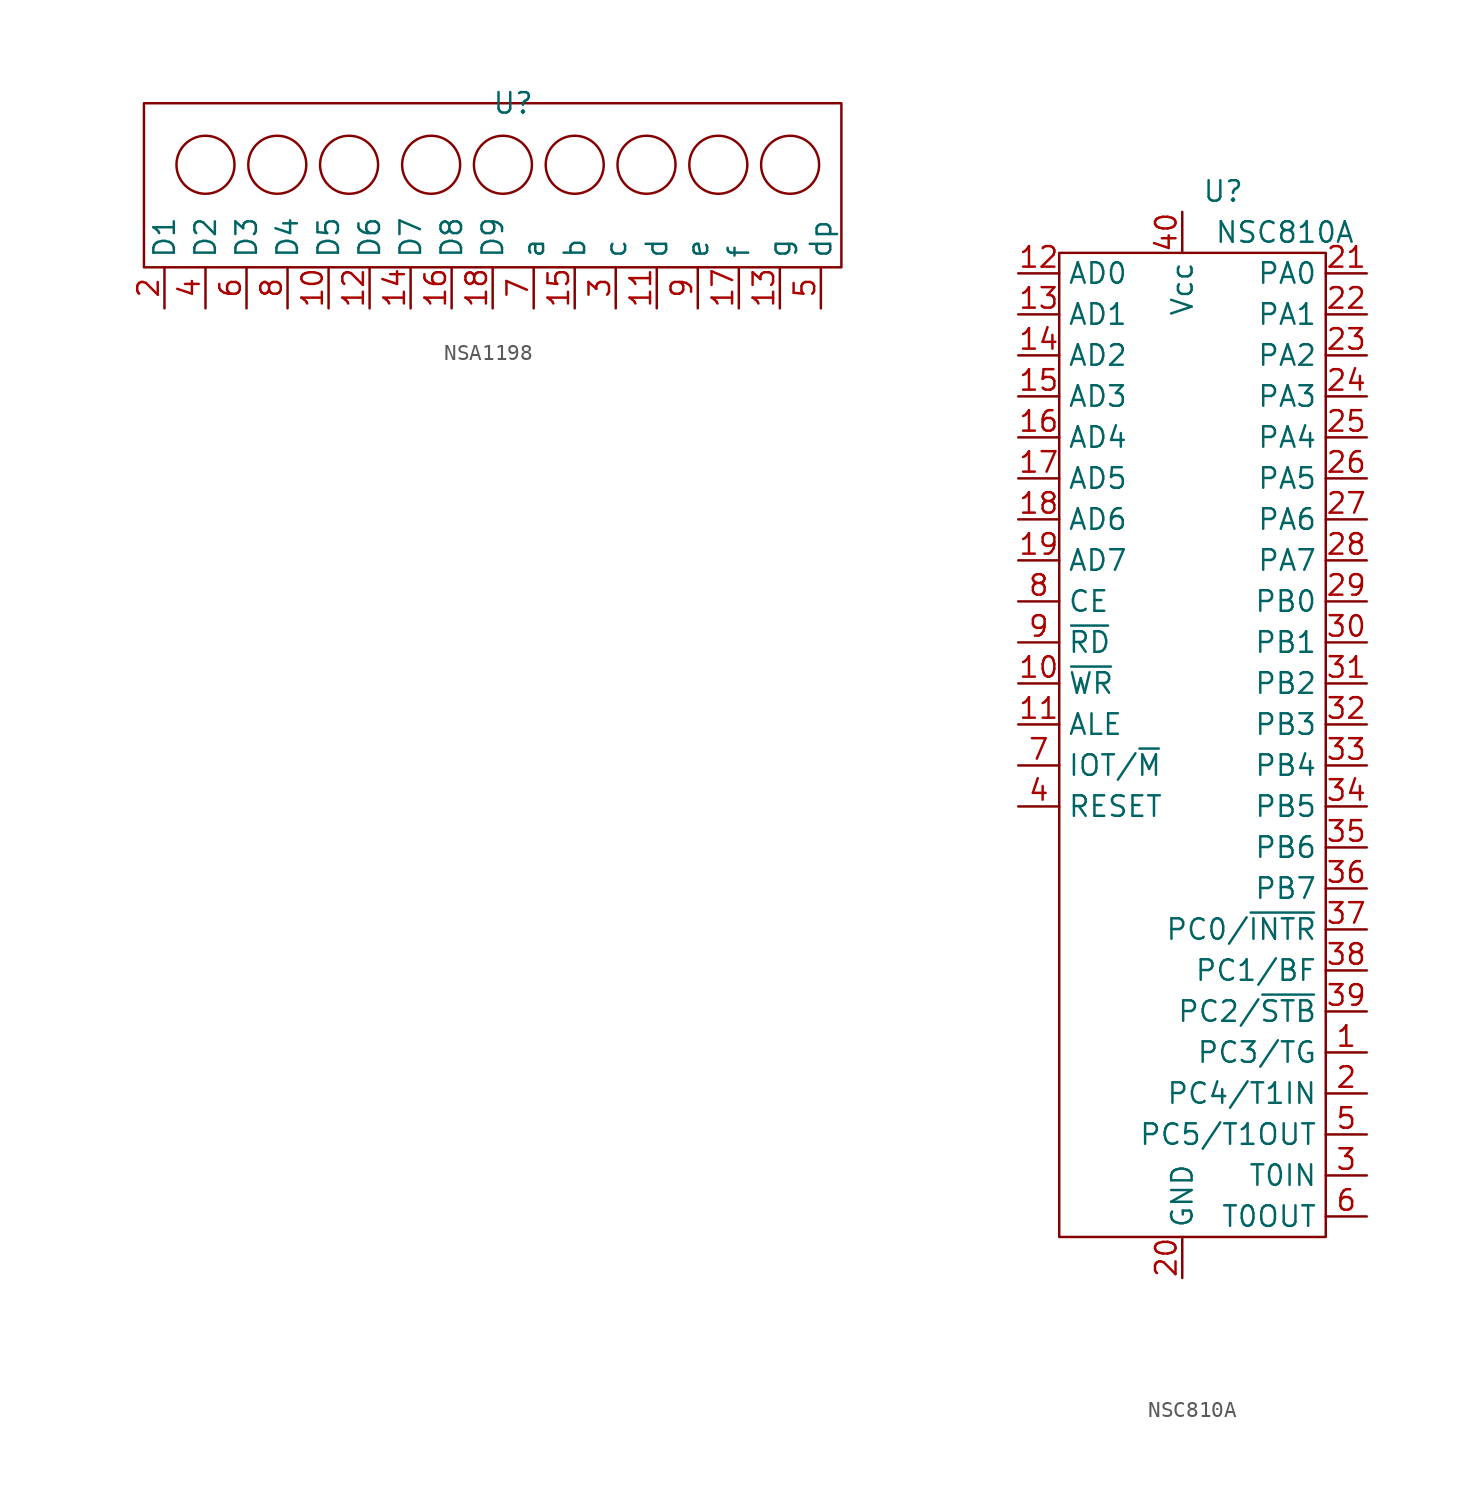
<source format=kicad_sym>
(kicad_symbol_lib
  (version 20231120)
  (generator "kicad_symbol_editor")
  (generator_version "8.0")
  (symbol "NSA1198"
    (property "Reference" "U"
      (at 0 0 0)
      (effects (font (size 1.27 1.27))))
    (property "Value" ""
      (at 0 0 0)
      (effects (font (size 1.27 1.27))))
    (symbol "NSA1198_0_1"
      (rectangle (start -22.86 0) (end 20.32 -10.16) (stroke (width 0) (type default)) (fill (type none)))
      (circle (center -19.05 -3.81) (radius 1.796) (stroke (width 0) (type default)) (fill (type none)))
      (circle (center -14.605 -3.81) (radius 1.796) (stroke (width 0) (type default)) (fill (type none)))
      (circle (center -10.16 -3.81) (radius 1.796) (stroke (width 0) (type default)) (fill (type none)))
      (circle (center -5.08 -3.81) (radius 1.796) (stroke (width 0) (type default)) (fill (type none)))
      (circle (center -0.635 -3.81) (radius 1.796) (stroke (width 0) (type default)) (fill (type none)))
      (circle (center 3.81 -3.81) (radius 1.796) (stroke (width 0) (type default)) (fill (type none)))
      (circle (center 8.255 -3.81) (radius 1.796) (stroke (width 0) (type default)) (fill (type none)))
      (circle (center 12.7 -3.81) (radius 1.796) (stroke (width 0) (type default)) (fill (type none)))
      (circle (center 17.145 -3.81) (radius 1.796) (stroke (width 0) (type default)) (fill (type none))))
    (symbol "NSA1198_1_1"
      (pin input line (at -11.43 -12.7 90) (length 2.54) (name "D5" (effects (font (size 1.27 1.27)))) (number "10" (effects (font (size 1.27 1.27)))))
      (pin input line (at 8.89 -12.7 90) (length 2.54) (name "d" (effects (font (size 1.27 1.27)))) (number "11" (effects (font (size 1.27 1.27)))))
      (pin input line (at -8.89 -12.7 90) (length 2.54) (name "D6" (effects (font (size 1.27 1.27)))) (number "12" (effects (font (size 1.27 1.27)))))
      (pin input line (at 16.51 -12.7 90) (length 2.54) (name "g" (effects (font (size 1.27 1.27)))) (number "13" (effects (font (size 1.27 1.27)))))
      (pin input line (at -6.35 -12.7 90) (length 2.54) (name "D7" (effects (font (size 1.27 1.27)))) (number "14" (effects (font (size 1.27 1.27)))))
      (pin input line (at 3.81 -12.7 90) (length 2.54) (name "b" (effects (font (size 1.27 1.27)))) (number "15" (effects (font (size 1.27 1.27)))))
      (pin input line (at -3.81 -12.7 90) (length 2.54) (name "D8" (effects (font (size 1.27 1.27)))) (number "16" (effects (font (size 1.27 1.27)))))
      (pin input line (at 13.97 -12.7 90) (length 2.54) (name "f" (effects (font (size 1.27 1.27)))) (number "17" (effects (font (size 1.27 1.27)))))
      (pin input line (at -1.27 -12.7 90) (length 2.54) (name "D9" (effects (font (size 1.27 1.27)))) (number "18" (effects (font (size 1.27 1.27)))))
      (pin input line (at -21.59 -12.7 90) (length 2.54) (name "D1" (effects (font (size 1.27 1.27)))) (number "2" (effects (font (size 1.27 1.27)))))
      (pin input line (at 6.35 -12.7 90) (length 2.54) (name "c" (effects (font (size 1.27 1.27)))) (number "3" (effects (font (size 1.27 1.27)))))
      (pin input line (at -19.05 -12.7 90) (length 2.54) (name "D2" (effects (font (size 1.27 1.27)))) (number "4" (effects (font (size 1.27 1.27)))))
      (pin input line (at 19.05 -12.7 90) (length 2.54) (name "dp" (effects (font (size 1.27 1.27)))) (number "5" (effects (font (size 1.27 1.27)))))
      (pin input line (at -16.51 -12.7 90) (length 2.54) (name "D3" (effects (font (size 1.27 1.27)))) (number "6" (effects (font (size 1.27 1.27)))))
      (pin input line (at 1.27 -12.7 90) (length 2.54) (name "a" (effects (font (size 1.27 1.27)))) (number "7" (effects (font (size 1.27 1.27)))))
      (pin input line (at -13.97 -12.7 90) (length 2.54) (name "D4" (effects (font (size 1.27 1.27)))) (number "8" (effects (font (size 1.27 1.27)))))
      (pin input line (at 11.43 -12.7 90) (length 2.54) (name "e" (effects (font (size 1.27 1.27)))) (number "9" (effects (font (size 1.27 1.27)))))))
  (symbol "NSC810A"
    (property "Reference" "U"
      (at 2.54 2.54 0)
      (effects (font (size 1.27 1.27))))
    (property "Value" "NSC810A"
      (at 6.35 0 0)
      (effects (font (size 1.27 1.27))))
    (symbol "NSC810A_0_1"
      (rectangle (start -7.62 -1.27) (end 8.89 -62.23) (stroke (width 0) (type default)) (fill (type none))))
    (symbol "NSC810A_1_1"
      (pin output line (at 11.43 -50.8 180) (length 2.54) (name "PC3/TG" (effects (font (size 1.27 1.27)))) (number "1" (effects (font (size 1.27 1.27)))))
      (pin input line (at -10.16 -27.94 0) (length 2.54) (name "~{WR}" (effects (font (size 1.27 1.27)))) (number "10" (effects (font (size 1.27 1.27)))))
      (pin input line (at -10.16 -30.48 0) (length 2.54) (name "ALE" (effects (font (size 1.27 1.27)))) (number "11" (effects (font (size 1.27 1.27)))))
      (pin bidirectional line (at -10.16 -2.54 0) (length 2.54) (name "AD0" (effects (font (size 1.27 1.27)))) (number "12" (effects (font (size 1.27 1.27)))))
      (pin bidirectional line (at -10.16 -5.08 0) (length 2.54) (name "AD1" (effects (font (size 1.27 1.27)))) (number "13" (effects (font (size 1.27 1.27)))))
      (pin bidirectional line (at -10.16 -7.62 0) (length 2.54) (name "AD2" (effects (font (size 1.27 1.27)))) (number "14" (effects (font (size 1.27 1.27)))))
      (pin bidirectional line (at -10.16 -10.16 0) (length 2.54) (name "AD3" (effects (font (size 1.27 1.27)))) (number "15" (effects (font (size 1.27 1.27)))))
      (pin bidirectional line (at -10.16 -12.7 0) (length 2.54) (name "AD4" (effects (font (size 1.27 1.27)))) (number "16" (effects (font (size 1.27 1.27)))))
      (pin bidirectional line (at -10.16 -15.24 0) (length 2.54) (name "AD5" (effects (font (size 1.27 1.27)))) (number "17" (effects (font (size 1.27 1.27)))))
      (pin bidirectional line (at -10.16 -17.78 0) (length 2.54) (name "AD6" (effects (font (size 1.27 1.27)))) (number "18" (effects (font (size 1.27 1.27)))))
      (pin bidirectional line (at -10.16 -20.32 0) (length 2.54) (name "AD7" (effects (font (size 1.27 1.27)))) (number "19" (effects (font (size 1.27 1.27)))))
      (pin output line (at 11.43 -53.34 180) (length 2.54) (name "PC4/T1IN" (effects (font (size 1.27 1.27)))) (number "2" (effects (font (size 1.27 1.27)))))
      (pin power_in line (at 0 -64.77 90) (length 2.54) (name "GND" (effects (font (size 1.27 1.27)))) (number "20" (effects (font (size 1.27 1.27)))))
      (pin bidirectional line (at 11.43 -2.54 180) (length 2.54) (name "PA0" (effects (font (size 1.27 1.27)))) (number "21" (effects (font (size 1.27 1.27)))))
      (pin bidirectional line (at 11.43 -5.08 180) (length 2.54) (name "PA1" (effects (font (size 1.27 1.27)))) (number "22" (effects (font (size 1.27 1.27)))))
      (pin bidirectional line (at 11.43 -7.62 180) (length 2.54) (name "PA2" (effects (font (size 1.27 1.27)))) (number "23" (effects (font (size 1.27 1.27)))))
      (pin bidirectional line (at 11.43 -10.16 180) (length 2.54) (name "PA3" (effects (font (size 1.27 1.27)))) (number "24" (effects (font (size 1.27 1.27)))))
      (pin bidirectional line (at 11.43 -12.7 180) (length 2.54) (name "PA4" (effects (font (size 1.27 1.27)))) (number "25" (effects (font (size 1.27 1.27)))))
      (pin bidirectional line (at 11.43 -15.24 180) (length 2.54) (name "PA5" (effects (font (size 1.27 1.27)))) (number "26" (effects (font (size 1.27 1.27)))))
      (pin bidirectional line (at 11.43 -17.78 180) (length 2.54) (name "PA6" (effects (font (size 1.27 1.27)))) (number "27" (effects (font (size 1.27 1.27)))))
      (pin bidirectional line (at 11.43 -20.32 180) (length 2.54) (name "PA7" (effects (font (size 1.27 1.27)))) (number "28" (effects (font (size 1.27 1.27)))))
      (pin bidirectional line (at 11.43 -22.86 180) (length 2.54) (name "PB0" (effects (font (size 1.27 1.27)))) (number "29" (effects (font (size 1.27 1.27)))))
      (pin input line (at 11.43 -58.42 180) (length 2.54) (name "T0IN" (effects (font (size 1.27 1.27)))) (number "3" (effects (font (size 1.27 1.27)))))
      (pin bidirectional line (at 11.43 -25.4 180) (length 2.54) (name "PB1" (effects (font (size 1.27 1.27)))) (number "30" (effects (font (size 1.27 1.27)))))
      (pin bidirectional line (at 11.43 -27.94 180) (length 2.54) (name "PB2" (effects (font (size 1.27 1.27)))) (number "31" (effects (font (size 1.27 1.27)))))
      (pin bidirectional line (at 11.43 -30.48 180) (length 2.54) (name "PB3" (effects (font (size 1.27 1.27)))) (number "32" (effects (font (size 1.27 1.27)))))
      (pin bidirectional line (at 11.43 -33.02 180) (length 2.54) (name "PB4" (effects (font (size 1.27 1.27)))) (number "33" (effects (font (size 1.27 1.27)))))
      (pin bidirectional line (at 11.43 -35.56 180) (length 2.54) (name "PB5" (effects (font (size 1.27 1.27)))) (number "34" (effects (font (size 1.27 1.27)))))
      (pin bidirectional line (at 11.43 -38.1 180) (length 2.54) (name "PB6" (effects (font (size 1.27 1.27)))) (number "35" (effects (font (size 1.27 1.27)))))
      (pin bidirectional line (at 11.43 -40.64 180) (length 2.54) (name "PB7" (effects (font (size 1.27 1.27)))) (number "36" (effects (font (size 1.27 1.27)))))
      (pin output line (at 11.43 -43.18 180) (length 2.54) (name "PC0/~{INTR}" (effects (font (size 1.27 1.27)))) (number "37" (effects (font (size 1.27 1.27)))))
      (pin output line (at 11.43 -45.72 180) (length 2.54) (name "PC1/BF" (effects (font (size 1.27 1.27)))) (number "38" (effects (font (size 1.27 1.27)))))
      (pin output line (at 11.43 -48.26 180) (length 2.54) (name "PC2/~{STB}" (effects (font (size 1.27 1.27)))) (number "39" (effects (font (size 1.27 1.27)))))
      (pin input line (at -10.16 -35.56 0) (length 2.54) (name "RESET" (effects (font (size 1.27 1.27)))) (number "4" (effects (font (size 1.27 1.27)))))
      (pin power_in line (at 0 1.27 270) (length 2.54) (name "Vcc" (effects (font (size 1.27 1.27)))) (number "40" (effects (font (size 1.27 1.27)))))
      (pin output line (at 11.43 -55.88 180) (length 2.54) (name "PC5/T1OUT" (effects (font (size 1.27 1.27)))) (number "5" (effects (font (size 1.27 1.27)))))
      (pin output line (at 11.43 -60.96 180) (length 2.54) (name "T0OUT" (effects (font (size 1.27 1.27)))) (number "6" (effects (font (size 1.27 1.27)))))
      (pin input line (at -10.16 -33.02 0) (length 2.54) (name "IOT/~{M}" (effects (font (size 1.27 1.27)))) (number "7" (effects (font (size 1.27 1.27)))))
      (pin input line (at -10.16 -22.86 0) (length 2.54) (name "CE" (effects (font (size 1.27 1.27)))) (number "8" (effects (font (size 1.27 1.27)))))
      (pin input line (at -10.16 -25.4 0) (length 2.54) (name "~{RD}" (effects (font (size 1.27 1.27)))) (number "9" (effects (font (size 1.27 1.27))))))))
</source>
